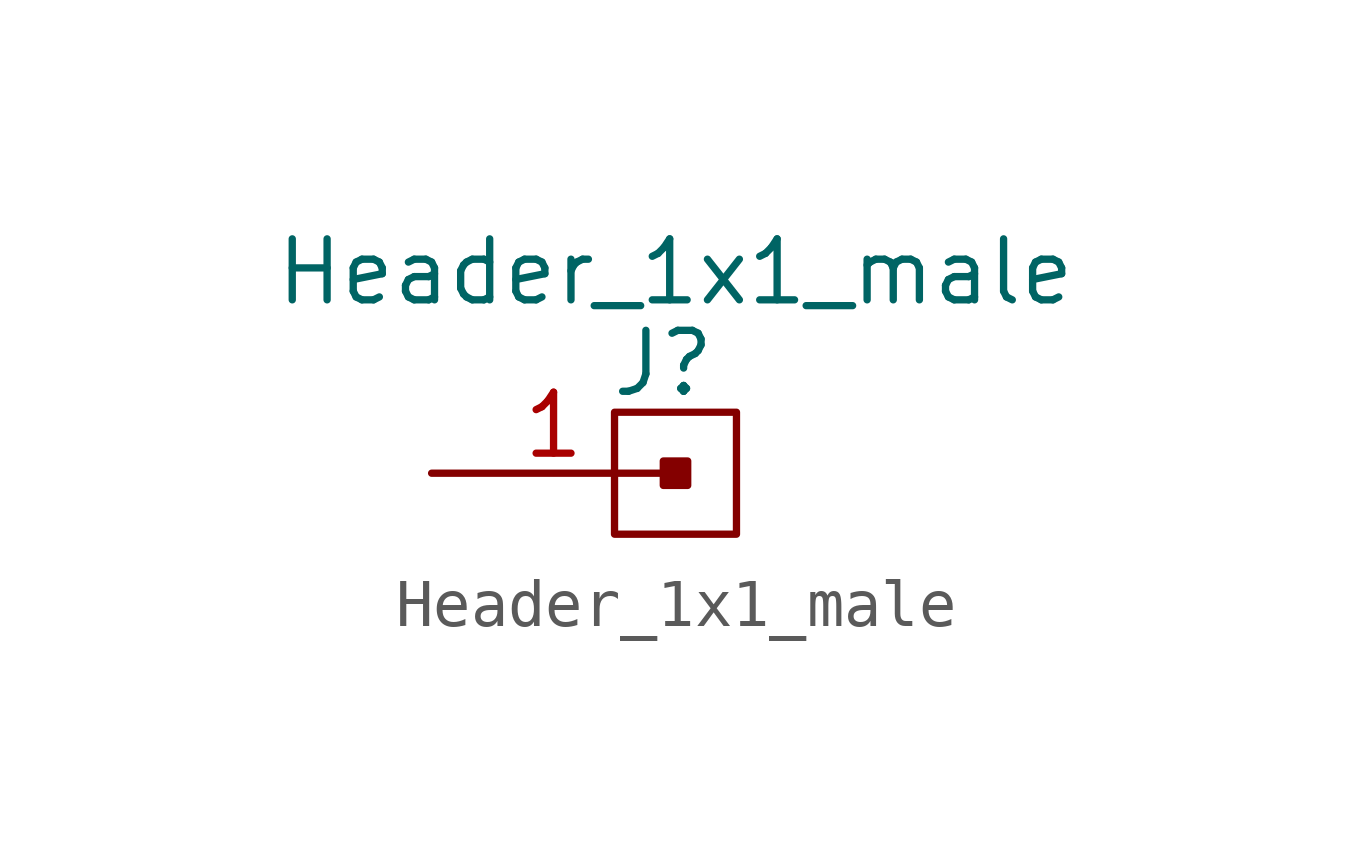
<source format=kicad_sym>
(kicad_symbol_lib
  (version 20220914)
  (generator kicad_symbol_editor)
  (symbol "Header_1x1_male"
    (pin_names hide)
    (property "Reference" "J"
      (at -0.254 2.286 0)
      (effects (font (size 1.27 1.27))))
    (property "Value" "Header_1x1_male"
      (at 0 4.191 0)
      (effects (font (size 1.27 1.27))))
    (symbol "Header_1x1_male_0_1"
      (rectangle (start -1.27 1.27) (end 1.27 -1.27) (stroke (width 0) (type default)) (fill (type none)))
      (rectangle (start -0.254 0.254) (end 0.254 -0.254) (stroke (width 0) (type default)) (fill (type outline))))
    (symbol "Header_1x1_male_1_1"
      (pin passive line (at -5.08 0 0) (length 5.08) (name "1" (effects (font (size 1.27 1.27)))) (number "1" (effects (font (size 1.27 1.27))))))))
</source>
